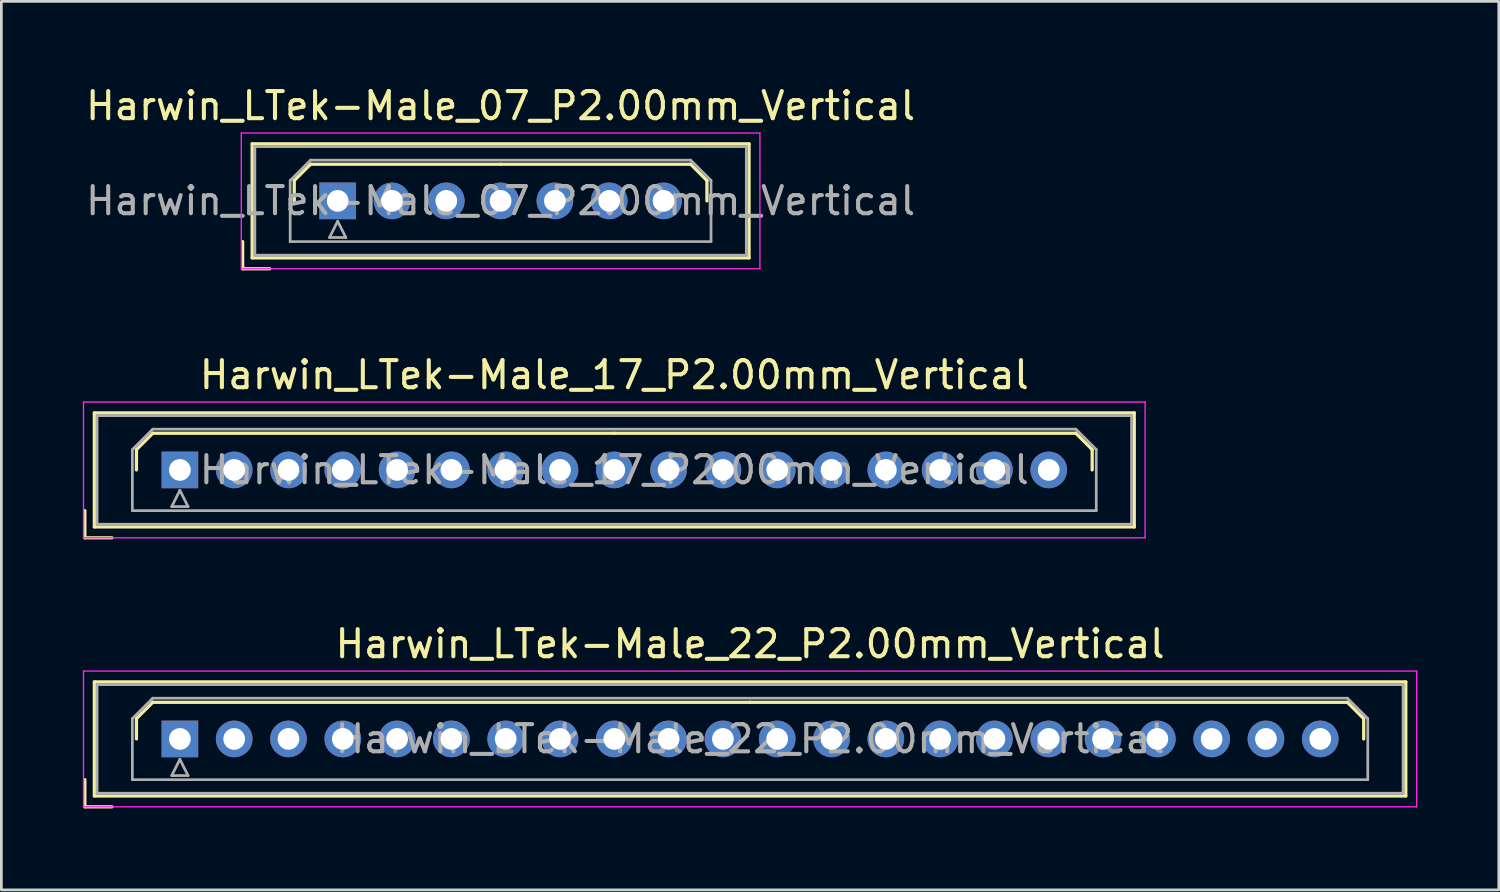
<source format=kicad_pcb>
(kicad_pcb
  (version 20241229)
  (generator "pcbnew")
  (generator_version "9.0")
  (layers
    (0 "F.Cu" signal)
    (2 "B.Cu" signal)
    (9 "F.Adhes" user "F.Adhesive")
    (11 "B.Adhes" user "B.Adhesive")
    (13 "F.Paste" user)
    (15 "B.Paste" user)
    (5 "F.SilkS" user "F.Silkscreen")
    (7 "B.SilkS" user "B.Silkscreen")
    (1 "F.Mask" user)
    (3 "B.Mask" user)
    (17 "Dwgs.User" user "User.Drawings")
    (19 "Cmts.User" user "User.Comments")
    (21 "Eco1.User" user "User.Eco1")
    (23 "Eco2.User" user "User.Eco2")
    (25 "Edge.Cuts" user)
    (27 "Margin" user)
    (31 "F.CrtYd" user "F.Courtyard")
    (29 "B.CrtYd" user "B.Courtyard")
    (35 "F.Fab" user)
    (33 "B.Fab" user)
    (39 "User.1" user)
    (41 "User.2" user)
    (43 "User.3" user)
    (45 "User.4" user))
  (footprint "Harwin_LTek-Male_22_P2.00mm_Vertical"
    (layer "F.Cu")
    (at 3.575 24.165)
    (property "Reference" "Harwin_LTek-Male_22_P2.00mm_Vertical" (at 21 -3.5 0) (layer "F.SilkS") (effects (font (size 1 1) (thickness 0.15))))
    (attr through_hole)
    (fp_line (start -3.5 1.5) (end -3.5 2.5) (stroke (width 0.12) (type solid)) (layer "F.SilkS"))
    (fp_line (start -3.5 2.5) (end -2.5 2.5) (stroke (width 0.12) (type solid)) (layer "F.SilkS"))
    (fp_line (start -3.15 -2.1) (end -3.15 2.1) (stroke (width 0.12) (type solid)) (layer "F.SilkS"))
    (fp_line (start -3.15 2.1) (end 45.15 2.1) (stroke (width 0.12) (type solid)) (layer "F.SilkS"))
    (fp_line (start -1.6 -0.75) (end -1 -1.35) (stroke (width 0.12) (type solid)) (layer "F.SilkS"))
    (fp_line (start -1.6 0) (end -1.6 -0.75) (stroke (width 0.12) (type solid)) (layer "F.SilkS"))
    (fp_line (start -1 -1.35) (end 21 -1.35) (stroke (width 0.12) (type solid)) (layer "F.SilkS"))
    (fp_line (start 43 -1.35) (end 21 -1.35) (stroke (width 0.12) (type solid)) (layer "F.SilkS"))
    (fp_line (start 43.6 -0.75) (end 43 -1.35) (stroke (width 0.12) (type solid)) (layer "F.SilkS"))
    (fp_line (start 43.6 0) (end 43.6 -0.75) (stroke (width 0.12) (type solid)) (layer "F.SilkS"))
    (fp_line (start 45.15 -2.1) (end -3.15 -2.1) (stroke (width 0.12) (type solid)) (layer "F.SilkS"))
    (fp_line (start 45.15 2.1) (end 45.15 -2.1) (stroke (width 0.12) (type solid)) (layer "F.SilkS"))
    (fp_line (start -3.55 -2.5) (end -3.55 2.5) (stroke (width 0.05) (type solid)) (layer "F.CrtYd"))
    (fp_line (start -3.55 2.5) (end 45.55 2.5) (stroke (width 0.05) (type solid)) (layer "F.CrtYd"))
    (fp_line (start 45.55 -2.5) (end -3.55 -2.5) (stroke (width 0.05) (type solid)) (layer "F.CrtYd"))
    (fp_line (start 45.55 2.5) (end 45.55 -2.5) (stroke (width 0.05) (type solid)) (layer "F.CrtYd"))
    (fp_line (start -3.05 -2) (end -3.05 2) (stroke (width 0.1) (type solid)) (layer "F.Fab"))
    (fp_line (start -3.05 2) (end 45.05 2) (stroke (width 0.1) (type solid)) (layer "F.Fab"))
    (fp_line (start -1.75 -0.75) (end -1 -1.5) (stroke (width 0.1) (type solid)) (layer "F.Fab"))
    (fp_line (start -1.75 1.5) (end -1.75 -0.75) (stroke (width 0.1) (type solid)) (layer "F.Fab"))
    (fp_line (start -1 -1.5) (end 43 -1.5) (stroke (width 0.1) (type solid)) (layer "F.Fab"))
    (fp_line (start -0.3 1.35) (end 0.3 1.35) (stroke (width 0.1) (type solid)) (layer "F.Fab"))
    (fp_line (start 0 0.75) (end -0.3 1.35) (stroke (width 0.1) (type solid)) (layer "F.Fab"))
    (fp_line (start 0.3 1.35) (end 0 0.75) (stroke (width 0.1) (type solid)) (layer "F.Fab"))
    (fp_line (start 43 -1.5) (end 43.75 -0.75) (stroke (width 0.1) (type solid)) (layer "F.Fab"))
    (fp_line (start 43.75 -0.75) (end 43.75 1.5) (stroke (width 0.1) (type solid)) (layer "F.Fab"))
    (fp_line (start 43.75 1.5) (end -1.75 1.5) (stroke (width 0.1) (type solid)) (layer "F.Fab"))
    (fp_line (start 45.05 -2) (end -3.05 -2) (stroke (width 0.1) (type solid)) (layer "F.Fab"))
    (fp_line (start 45.05 2) (end 45.05 -2) (stroke (width 0.1) (type solid)) (layer "F.Fab"))
    (fp_text user "${REFERENCE}" (at 21 0 0) (layer "F.Fab") (effects (font (size 1 1) (thickness 0.15))))
    (pad "1" thru_hole rect (at 0 0) (size 1.35 1.35) (drill 0.8) (layers "*.Cu" "*.Mask"))
    (pad "2" thru_hole circle (at 2 0) (size 1.35 1.35) (drill 0.8) (layers "*.Cu" "*.Mask"))
    (pad "3" thru_hole circle (at 4 0) (size 1.35 1.35) (drill 0.8) (layers "*.Cu" "*.Mask"))
    (pad "4" thru_hole circle (at 6 0) (size 1.35 1.35) (drill 0.8) (layers "*.Cu" "*.Mask"))
    (pad "5" thru_hole circle (at 8 0) (size 1.35 1.35) (drill 0.8) (layers "*.Cu" "*.Mask"))
    (pad "6" thru_hole circle (at 10 0) (size 1.35 1.35) (drill 0.8) (layers "*.Cu" "*.Mask"))
    (pad "7" thru_hole circle (at 12 0) (size 1.35 1.35) (drill 0.8) (layers "*.Cu" "*.Mask"))
    (pad "8" thru_hole circle (at 14 0) (size 1.35 1.35) (drill 0.8) (layers "*.Cu" "*.Mask"))
    (pad "9" thru_hole circle (at 16 0) (size 1.35 1.35) (drill 0.8) (layers "*.Cu" "*.Mask"))
    (pad "10" thru_hole circle (at 18 0) (size 1.35 1.35) (drill 0.8) (layers "*.Cu" "*.Mask"))
    (pad "11" thru_hole circle (at 20 0) (size 1.35 1.35) (drill 0.8) (layers "*.Cu" "*.Mask"))
    (pad "12" thru_hole circle (at 22 0) (size 1.35 1.35) (drill 0.8) (layers "*.Cu" "*.Mask"))
    (pad "13" thru_hole circle (at 24 0) (size 1.35 1.35) (drill 0.8) (layers "*.Cu" "*.Mask"))
    (pad "14" thru_hole circle (at 26 0) (size 1.35 1.35) (drill 0.8) (layers "*.Cu" "*.Mask"))
    (pad "15" thru_hole circle (at 28 0) (size 1.35 1.35) (drill 0.8) (layers "*.Cu" "*.Mask"))
    (pad "16" thru_hole circle (at 30 0) (size 1.35 1.35) (drill 0.8) (layers "*.Cu" "*.Mask"))
    (pad "17" thru_hole circle (at 32 0) (size 1.35 1.35) (drill 0.8) (layers "*.Cu" "*.Mask"))
    (pad "18" thru_hole circle (at 34 0) (size 1.35 1.35) (drill 0.8) (layers "*.Cu" "*.Mask"))
    (pad "19" thru_hole circle (at 36 0) (size 1.35 1.35) (drill 0.8) (layers "*.Cu" "*.Mask"))
    (pad "20" thru_hole circle (at 38 0) (size 1.35 1.35) (drill 0.8) (layers "*.Cu" "*.Mask"))
    (pad "21" thru_hole circle (at 40 0) (size 1.35 1.35) (drill 0.8) (layers "*.Cu" "*.Mask"))
    (pad "22" thru_hole circle (at 42 0) (size 1.35 1.35) (drill 0.8) (layers "*.Cu" "*.Mask")))
  (footprint "Harwin_LTek-Male_17_P2.00mm_Vertical"
    (layer "F.Cu")
    (at 3.575 14.257)
    (property "Reference" "Harwin_LTek-Male_17_P2.00mm_Vertical" (at 16 -3.5 0) (layer "F.SilkS") (effects (font (size 1 1) (thickness 0.15))))
    (attr through_hole)
    (fp_line (start -3.5 1.5) (end -3.5 2.5) (stroke (width 0.12) (type solid)) (layer "F.SilkS"))
    (fp_line (start -3.5 2.5) (end -2.5 2.5) (stroke (width 0.12) (type solid)) (layer "F.SilkS"))
    (fp_line (start -3.15 -2.1) (end -3.15 2.1) (stroke (width 0.12) (type solid)) (layer "F.SilkS"))
    (fp_line (start -3.15 2.1) (end 35.15 2.1) (stroke (width 0.12) (type solid)) (layer "F.SilkS"))
    (fp_line (start -1.6 -0.75) (end -1 -1.35) (stroke (width 0.12) (type solid)) (layer "F.SilkS"))
    (fp_line (start -1.6 0) (end -1.6 -0.75) (stroke (width 0.12) (type solid)) (layer "F.SilkS"))
    (fp_line (start -1 -1.35) (end 16 -1.35) (stroke (width 0.12) (type solid)) (layer "F.SilkS"))
    (fp_line (start 33 -1.35) (end 16 -1.35) (stroke (width 0.12) (type solid)) (layer "F.SilkS"))
    (fp_line (start 33.6 -0.75) (end 33 -1.35) (stroke (width 0.12) (type solid)) (layer "F.SilkS"))
    (fp_line (start 33.6 0) (end 33.6 -0.75) (stroke (width 0.12) (type solid)) (layer "F.SilkS"))
    (fp_line (start 35.15 -2.1) (end -3.15 -2.1) (stroke (width 0.12) (type solid)) (layer "F.SilkS"))
    (fp_line (start 35.15 2.1) (end 35.15 -2.1) (stroke (width 0.12) (type solid)) (layer "F.SilkS"))
    (fp_line (start -3.55 -2.5) (end -3.55 2.5) (stroke (width 0.05) (type solid)) (layer "F.CrtYd"))
    (fp_line (start -3.55 2.5) (end 35.55 2.5) (stroke (width 0.05) (type solid)) (layer "F.CrtYd"))
    (fp_line (start 35.55 -2.5) (end -3.55 -2.5) (stroke (width 0.05) (type solid)) (layer "F.CrtYd"))
    (fp_line (start 35.55 2.5) (end 35.55 -2.5) (stroke (width 0.05) (type solid)) (layer "F.CrtYd"))
    (fp_line (start -3.05 -2) (end -3.05 2) (stroke (width 0.1) (type solid)) (layer "F.Fab"))
    (fp_line (start -3.05 2) (end 35.05 2) (stroke (width 0.1) (type solid)) (layer "F.Fab"))
    (fp_line (start -1.75 -0.75) (end -1 -1.5) (stroke (width 0.1) (type solid)) (layer "F.Fab"))
    (fp_line (start -1.75 1.5) (end -1.75 -0.75) (stroke (width 0.1) (type solid)) (layer "F.Fab"))
    (fp_line (start -1 -1.5) (end 33 -1.5) (stroke (width 0.1) (type solid)) (layer "F.Fab"))
    (fp_line (start -0.3 1.35) (end 0.3 1.35) (stroke (width 0.1) (type solid)) (layer "F.Fab"))
    (fp_line (start 0 0.75) (end -0.3 1.35) (stroke (width 0.1) (type solid)) (layer "F.Fab"))
    (fp_line (start 0.3 1.35) (end 0 0.75) (stroke (width 0.1) (type solid)) (layer "F.Fab"))
    (fp_line (start 33 -1.5) (end 33.75 -0.75) (stroke (width 0.1) (type solid)) (layer "F.Fab"))
    (fp_line (start 33.75 -0.75) (end 33.75 1.5) (stroke (width 0.1) (type solid)) (layer "F.Fab"))
    (fp_line (start 33.75 1.5) (end -1.75 1.5) (stroke (width 0.1) (type solid)) (layer "F.Fab"))
    (fp_line (start 35.05 -2) (end -3.05 -2) (stroke (width 0.1) (type solid)) (layer "F.Fab"))
    (fp_line (start 35.05 2) (end 35.05 -2) (stroke (width 0.1) (type solid)) (layer "F.Fab"))
    (fp_text user "${REFERENCE}" (at 16 0 0) (layer "F.Fab") (effects (font (size 1 1) (thickness 0.15))))
    (pad "1" thru_hole rect (at 0 0) (size 1.35 1.35) (drill 0.8) (layers "*.Cu" "*.Mask"))
    (pad "2" thru_hole circle (at 2 0) (size 1.35 1.35) (drill 0.8) (layers "*.Cu" "*.Mask"))
    (pad "3" thru_hole circle (at 4 0) (size 1.35 1.35) (drill 0.8) (layers "*.Cu" "*.Mask"))
    (pad "4" thru_hole circle (at 6 0) (size 1.35 1.35) (drill 0.8) (layers "*.Cu" "*.Mask"))
    (pad "5" thru_hole circle (at 8 0) (size 1.35 1.35) (drill 0.8) (layers "*.Cu" "*.Mask"))
    (pad "6" thru_hole circle (at 10 0) (size 1.35 1.35) (drill 0.8) (layers "*.Cu" "*.Mask"))
    (pad "7" thru_hole circle (at 12 0) (size 1.35 1.35) (drill 0.8) (layers "*.Cu" "*.Mask"))
    (pad "8" thru_hole circle (at 14 0) (size 1.35 1.35) (drill 0.8) (layers "*.Cu" "*.Mask"))
    (pad "9" thru_hole circle (at 16 0) (size 1.35 1.35) (drill 0.8) (layers "*.Cu" "*.Mask"))
    (pad "10" thru_hole circle (at 18 0) (size 1.35 1.35) (drill 0.8) (layers "*.Cu" "*.Mask"))
    (pad "11" thru_hole circle (at 20 0) (size 1.35 1.35) (drill 0.8) (layers "*.Cu" "*.Mask"))
    (pad "12" thru_hole circle (at 22 0) (size 1.35 1.35) (drill 0.8) (layers "*.Cu" "*.Mask"))
    (pad "13" thru_hole circle (at 24 0) (size 1.35 1.35) (drill 0.8) (layers "*.Cu" "*.Mask"))
    (pad "14" thru_hole circle (at 26 0) (size 1.35 1.35) (drill 0.8) (layers "*.Cu" "*.Mask"))
    (pad "15" thru_hole circle (at 28 0) (size 1.35 1.35) (drill 0.8) (layers "*.Cu" "*.Mask"))
    (pad "16" thru_hole circle (at 30 0) (size 1.35 1.35) (drill 0.8) (layers "*.Cu" "*.Mask"))
    (pad "17" thru_hole circle (at 32 0) (size 1.35 1.35) (drill 0.8) (layers "*.Cu" "*.Mask")))
  (footprint "Harwin_LTek-Male_07_P2.00mm_Vertical"
    (layer "F.Cu")
    (at 9.387 4.348)
    (property "Reference" "Harwin_LTek-Male_07_P2.00mm_Vertical" (at 6 -3.5 0) (layer "F.SilkS") (effects (font (size 1 1) (thickness 0.15))))
    (attr through_hole)
    (fp_line (start -3.5 1.5) (end -3.5 2.5) (stroke (width 0.12) (type solid)) (layer "F.SilkS"))
    (fp_line (start -3.5 2.5) (end -2.5 2.5) (stroke (width 0.12) (type solid)) (layer "F.SilkS"))
    (fp_line (start -3.15 -2.1) (end -3.15 2.1) (stroke (width 0.12) (type solid)) (layer "F.SilkS"))
    (fp_line (start -3.15 2.1) (end 15.15 2.1) (stroke (width 0.12) (type solid)) (layer "F.SilkS"))
    (fp_line (start -1.6 -0.75) (end -1 -1.35) (stroke (width 0.12) (type solid)) (layer "F.SilkS"))
    (fp_line (start -1.6 0) (end -1.6 -0.75) (stroke (width 0.12) (type solid)) (layer "F.SilkS"))
    (fp_line (start -1 -1.35) (end 6 -1.35) (stroke (width 0.12) (type solid)) (layer "F.SilkS"))
    (fp_line (start 13 -1.35) (end 6 -1.35) (stroke (width 0.12) (type solid)) (layer "F.SilkS"))
    (fp_line (start 13.6 -0.75) (end 13 -1.35) (stroke (width 0.12) (type solid)) (layer "F.SilkS"))
    (fp_line (start 13.6 0) (end 13.6 -0.75) (stroke (width 0.12) (type solid)) (layer "F.SilkS"))
    (fp_line (start 15.15 -2.1) (end -3.15 -2.1) (stroke (width 0.12) (type solid)) (layer "F.SilkS"))
    (fp_line (start 15.15 2.1) (end 15.15 -2.1) (stroke (width 0.12) (type solid)) (layer "F.SilkS"))
    (fp_line (start -3.55 -2.5) (end -3.55 2.5) (stroke (width 0.05) (type solid)) (layer "F.CrtYd"))
    (fp_line (start -3.55 2.5) (end 15.55 2.5) (stroke (width 0.05) (type solid)) (layer "F.CrtYd"))
    (fp_line (start 15.55 -2.5) (end -3.55 -2.5) (stroke (width 0.05) (type solid)) (layer "F.CrtYd"))
    (fp_line (start 15.55 2.5) (end 15.55 -2.5) (stroke (width 0.05) (type solid)) (layer "F.CrtYd"))
    (fp_line (start -3.05 -2) (end -3.05 2) (stroke (width 0.1) (type solid)) (layer "F.Fab"))
    (fp_line (start -3.05 2) (end 15.05 2) (stroke (width 0.1) (type solid)) (layer "F.Fab"))
    (fp_line (start -1.75 -0.75) (end -1 -1.5) (stroke (width 0.1) (type solid)) (layer "F.Fab"))
    (fp_line (start -1.75 1.5) (end -1.75 -0.75) (stroke (width 0.1) (type solid)) (layer "F.Fab"))
    (fp_line (start -1 -1.5) (end 13 -1.5) (stroke (width 0.1) (type solid)) (layer "F.Fab"))
    (fp_line (start -0.3 1.35) (end 0.3 1.35) (stroke (width 0.1) (type solid)) (layer "F.Fab"))
    (fp_line (start 0 0.75) (end -0.3 1.35) (stroke (width 0.1) (type solid)) (layer "F.Fab"))
    (fp_line (start 0.3 1.35) (end 0 0.75) (stroke (width 0.1) (type solid)) (layer "F.Fab"))
    (fp_line (start 13 -1.5) (end 13.75 -0.75) (stroke (width 0.1) (type solid)) (layer "F.Fab"))
    (fp_line (start 13.75 -0.75) (end 13.75 1.5) (stroke (width 0.1) (type solid)) (layer "F.Fab"))
    (fp_line (start 13.75 1.5) (end -1.75 1.5) (stroke (width 0.1) (type solid)) (layer "F.Fab"))
    (fp_line (start 15.05 -2) (end -3.05 -2) (stroke (width 0.1) (type solid)) (layer "F.Fab"))
    (fp_line (start 15.05 2) (end 15.05 -2) (stroke (width 0.1) (type solid)) (layer "F.Fab"))
    (fp_text user "${REFERENCE}" (at 6 0 0) (layer "F.Fab") (effects (font (size 1 1) (thickness 0.15))))
    (pad "1" thru_hole rect (at 0 0) (size 1.35 1.35) (drill 0.8) (layers "*.Cu" "*.Mask"))
    (pad "2" thru_hole circle (at 2 0) (size 1.35 1.35) (drill 0.8) (layers "*.Cu" "*.Mask"))
    (pad "3" thru_hole circle (at 4 0) (size 1.35 1.35) (drill 0.8) (layers "*.Cu" "*.Mask"))
    (pad "4" thru_hole circle (at 6 0) (size 1.35 1.35) (drill 0.8) (layers "*.Cu" "*.Mask"))
    (pad "5" thru_hole circle (at 8 0) (size 1.35 1.35) (drill 0.8) (layers "*.Cu" "*.Mask"))
    (pad "6" thru_hole circle (at 10 0) (size 1.35 1.35) (drill 0.8) (layers "*.Cu" "*.Mask"))
    (pad "7" thru_hole circle (at 12 0) (size 1.35 1.35) (drill 0.8) (layers "*.Cu" "*.Mask")))
  (gr_rect
    (start -3 -3)
    (end 52.15 29.725)
    (stroke (width 0.1) (type default))
    (fill no)
    (layer "Edge.Cuts")))
</source>
